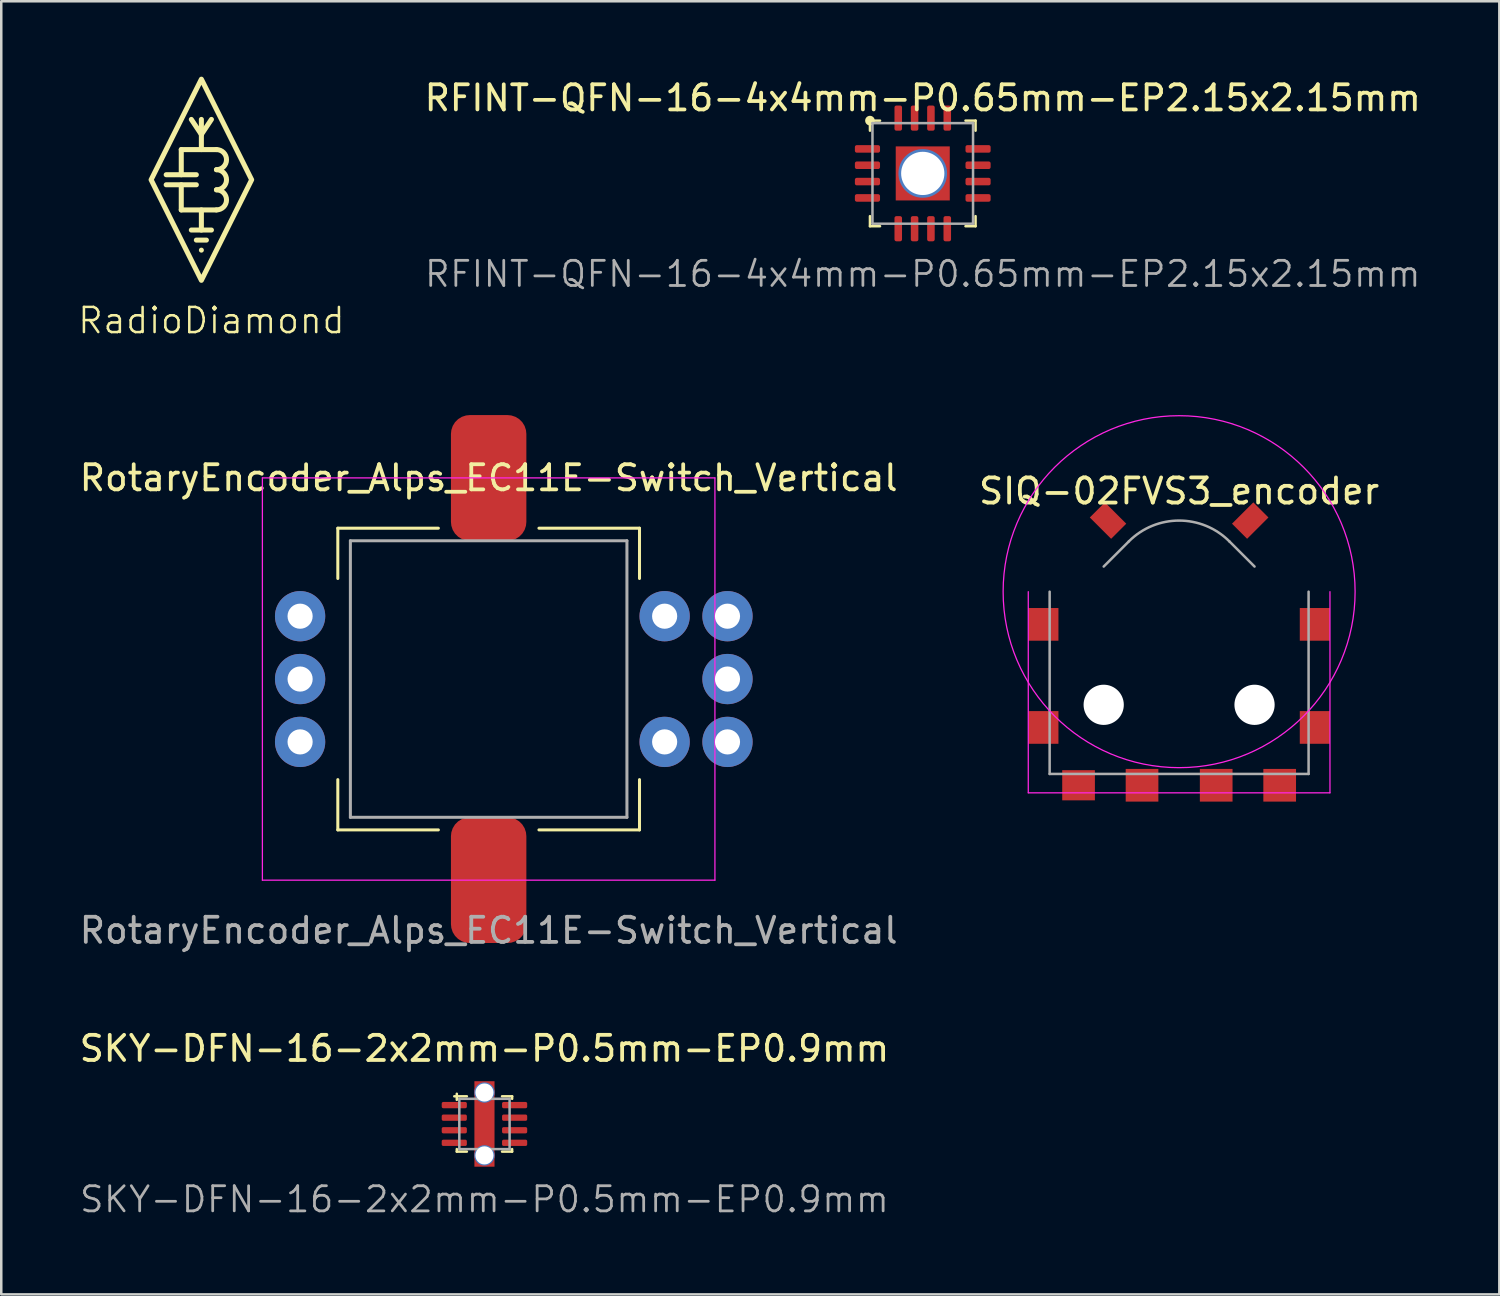
<source format=kicad_pcb>
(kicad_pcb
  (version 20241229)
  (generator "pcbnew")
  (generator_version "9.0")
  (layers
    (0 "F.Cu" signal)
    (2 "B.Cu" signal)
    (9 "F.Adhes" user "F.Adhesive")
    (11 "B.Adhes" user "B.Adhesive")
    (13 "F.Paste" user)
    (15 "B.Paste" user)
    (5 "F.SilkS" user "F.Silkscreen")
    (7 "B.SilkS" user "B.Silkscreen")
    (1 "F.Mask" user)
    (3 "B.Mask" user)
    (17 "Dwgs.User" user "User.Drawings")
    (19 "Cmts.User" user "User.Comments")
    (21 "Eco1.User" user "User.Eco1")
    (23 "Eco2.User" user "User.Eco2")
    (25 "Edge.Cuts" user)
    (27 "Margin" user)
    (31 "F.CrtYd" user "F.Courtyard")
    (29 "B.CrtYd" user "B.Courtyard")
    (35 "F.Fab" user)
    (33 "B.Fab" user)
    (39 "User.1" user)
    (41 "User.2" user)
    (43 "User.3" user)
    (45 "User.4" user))
  (footprint "RadioDiamond"
    (layer "F.Cu")
    (at 4.96 4.1)
    (property "Reference" "RadioDiamond" (at 0.4 5.6 0) (unlocked yes) (layer "F.SilkS") (effects (font (size 1 1) (thickness 0.1))))
    (attr smd)
    (fp_line (start -1.4 -0.2) (end -0.2 -0.2) (stroke (width 0.2) (type solid) (color 68 68 68 1)) (layer "F.SilkS"))
    (fp_line (start -1.4 0.2) (end -0.2 0.2) (stroke (width 0.2) (type solid) (color 68 68 68 1)) (layer "F.SilkS"))
    (fp_line (start -0.8 -1.2) (end 0.6 -1.2) (stroke (width 0.2) (type solid) (color 68 68 68 1)) (layer "F.SilkS"))
    (fp_line (start -0.8 -0.2) (end -0.8 -1.2) (stroke (width 0.2) (type solid) (color 68 68 68 1)) (layer "F.SilkS"))
    (fp_line (start -0.8 1.2) (end -0.8 0.2) (stroke (width 0.2) (type solid) (color 68 68 68 1)) (layer "F.SilkS"))
    (fp_line (start -0.4 2) (end 0.4 2) (stroke (width 0.2) (type solid) (color 68 68 68 1)) (layer "F.SilkS"))
    (fp_line (start -0.2 2.4) (end 0.2 2.4) (stroke (width 0.2) (type solid) (color 68 68 68 1)) (layer "F.SilkS"))
    (fp_line (start 0 -1.8) (end -0.4 -2.4) (stroke (width 0.2) (type solid) (color 68 68 68 1)) (layer "F.SilkS"))
    (fp_line (start 0 -1.8) (end 0.4 -2.4) (stroke (width 0.2) (type solid) (color 68 68 68 1)) (layer "F.SilkS"))
    (fp_line (start 0 -1.2) (end 0 -2.4) (stroke (width 0.2) (type solid) (color 68 68 68 1)) (layer "F.SilkS"))
    (fp_line (start 0 1.2) (end 0 2) (stroke (width 0.2) (type solid) (color 68 68 68 1)) (layer "F.SilkS"))
    (fp_line (start 0 2.8) (end 0 2.8) (stroke (width 0.2) (type solid) (color 68 68 68 1)) (layer "F.SilkS"))
    (fp_line (start 0.6 1.2) (end -0.8 1.2) (stroke (width 0.2) (type solid) (color 68 68 68 1)) (layer "F.SilkS"))
    (fp_arc (start 0.6 -1.2) (mid 1 -0.8) (end 0.6 -0.4) (stroke (width 0.2) (type solid)) (layer "F.SilkS"))
    (fp_arc (start 0.6 -0.4) (mid 1 0) (end 0.6 0.4) (stroke (width 0.2) (type solid)) (layer "F.SilkS"))
    (fp_arc (start 0.6 0.4) (mid 1 0.8) (end 0.6 1.2) (stroke (width 0.2) (type solid)) (layer "F.SilkS"))
    (fp_poly (pts (xy 2 0) (xy 0 4) (xy -2 0) (xy 0 -4)) (stroke (width 0.2) (type solid) (color 68 68 68 1)) (fill no) (layer "F.SilkS")))
  (footprint "SKY-DFN-16-2x2mm-P0.5mm-EP0.9mm"
    (layer "F.Cu")
    (at 16.22 41.657)
    (property "Reference" "SKY-DFN-16-2x2mm-P0.5mm-EP0.9mm" (at 0 -3 0) (layer "F.SilkS") (effects (font (size 1 1) (thickness 0.15))))
    (attr smd)
    (fp_line (start -1.2 -1.1) (end -0.7 -1.1) (stroke (width 0.1) (type solid)) (layer "F.SilkS"))
    (fp_line (start -1.1 -1.2) (end -1.1 -0.959) (stroke (width 0.1) (type solid)) (layer "F.SilkS"))
    (fp_line (start -1.1 1.1) (end -1.1 1) (stroke (width 0.1) (type solid)) (layer "F.SilkS"))
    (fp_line (start -1.1 1.1) (end -0.7 1.1) (stroke (width 0.1) (type solid)) (layer "F.SilkS"))
    (fp_line (start 1.1 -1.1) (end 0.7 -1.1) (stroke (width 0.1) (type solid)) (layer "F.SilkS"))
    (fp_line (start 1.1 -1.1) (end 1.1 -1) (stroke (width 0.1) (type solid)) (layer "F.SilkS"))
    (fp_line (start 1.1 1.1) (end 0.7 1.1) (stroke (width 0.1) (type solid)) (layer "F.SilkS"))
    (fp_line (start 1.1 1.1) (end 1.1 1) (stroke (width 0.1) (type solid)) (layer "F.SilkS"))
    (fp_line (start -1 -1) (end 1 -1) (stroke (width 0.1) (type solid)) (layer "F.Fab"))
    (fp_line (start -1 1) (end -1 -1) (stroke (width 0.1) (type solid)) (layer "F.Fab"))
    (fp_line (start 1 -1) (end 1 1) (stroke (width 0.1) (type solid)) (layer "F.Fab"))
    (fp_line (start 1 1) (end -1 1) (stroke (width 0.1) (type solid)) (layer "F.Fab"))
    (fp_text user "${REFERENCE}" (at 0 3 0) (layer "F.Fab") (effects (font (size 1 1) (thickness 0.11))))
    (pad "" smd roundrect (at -0.338 -0.338) (size 0.18 0.18) (layers "F.Paste") (roundrect_rratio 0.25))
    (pad "" smd roundrect (at -0.338 -0.113) (size 0.18 0.18) (layers "F.Paste") (roundrect_rratio 0.25))
    (pad "" smd roundrect (at -0.338 0.113) (size 0.18 0.18) (layers "F.Paste") (roundrect_rratio 0.25))
    (pad "" smd roundrect (at -0.338 0.338) (size 0.18 0.18) (layers "F.Paste") (roundrect_rratio 0.25))
    (pad "" smd roundrect (at -0.113 -0.338) (size 0.18 0.18) (layers "F.Paste") (roundrect_rratio 0.25))
    (pad "" smd roundrect (at -0.113 0.338) (size 0.18 0.18) (layers "F.Paste") (roundrect_rratio 0.25))
    (pad "" smd roundrect (at 0.113 -0.338) (size 0.18 0.18) (layers "F.Paste") (roundrect_rratio 0.25))
    (pad "" smd roundrect (at 0.113 0.338) (size 0.18 0.18) (layers "F.Paste") (roundrect_rratio 0.25))
    (pad "" smd roundrect (at 0.338 -0.338) (size 0.18 0.18) (layers "F.Paste") (roundrect_rratio 0.25))
    (pad "" smd roundrect (at 0.338 -0.113) (size 0.18 0.18) (layers "F.Paste") (roundrect_rratio 0.25))
    (pad "" smd roundrect (at 0.338 0.113) (size 0.18 0.18) (layers "F.Paste") (roundrect_rratio 0.25))
    (pad "" smd roundrect (at 0.338 0.338) (size 0.18 0.18) (layers "F.Paste") (roundrect_rratio 0.25))
    (pad "1" smd roundrect (at -1.2 -0.75) (size 1 0.25) (layers "F.Cu" "F.Mask" "F.Paste") (roundrect_rratio 0.25))
    (pad "2" smd roundrect (at -1.2 -0.25) (size 1 0.25) (layers "F.Cu" "F.Mask" "F.Paste") (roundrect_rratio 0.25))
    (pad "3" smd roundrect (at -1.2 0.25) (size 1 0.25) (layers "F.Cu" "F.Mask" "F.Paste") (roundrect_rratio 0.25))
    (pad "4" smd roundrect (at -1.2 0.75) (size 1 0.25) (layers "F.Cu" "F.Mask" "F.Paste") (roundrect_rratio 0.25))
    (pad "5" smd roundrect (at 1.2 0.75) (size 1 0.25) (layers "F.Cu" "F.Mask" "F.Paste") (roundrect_rratio 0.25))
    (pad "6" smd roundrect (at 1.2 0.25) (size 1 0.25) (layers "F.Cu" "F.Mask" "F.Paste") (roundrect_rratio 0.25))
    (pad "7" smd roundrect (at 1.2 -0.25) (size 1 0.25) (layers "F.Cu" "F.Mask" "F.Paste") (roundrect_rratio 0.25))
    (pad "8" smd roundrect (at 1.2 -0.75) (size 1 0.25) (layers "F.Cu" "F.Mask" "F.Paste") (roundrect_rratio 0.25))
    (pad "9" smd rect (at 0 0) (size 0.8 3.4) (layers "F.Cu" "F.Mask"))
    (pad "17" thru_hole oval (at 0 -1.25) (size 0.81 0.81) (drill 0.72) (layers "*.Cu" "*.Mask"))
    (pad "17" thru_hole oval (at 0 1.25) (size 0.81 0.81) (drill 0.72) (layers "*.Cu" "*.Mask")))
  (footprint "SIQ-02FVS3_encoder"
    (layer "F.Cu")
    (at 43.851 20.485)
    (property "Reference" "SIQ-02FVS3_encoder" (at 0 -4 0) (layer "F.SilkS") (effects (font (size 1 1) (thickness 0.15))))
    (attr smd)
    (fp_line (start -6 0) (end -6 8) (stroke (width 0.05) (type solid)) (layer "F.CrtYd"))
    (fp_line (start -6 8) (end 6 8) (stroke (width 0.05) (type solid)) (layer "F.CrtYd"))
    (fp_line (start 6 8) (end 6 0) (stroke (width 0.05) (type solid)) (layer "F.CrtYd"))
    (fp_circle (center 0 0) (end 7 0) (stroke (width 0.05) (type default)) (fill no) (layer "F.CrtYd"))
    (fp_line (start -5.15 7.25) (end -5.15 0) (stroke (width 0.1) (type solid)) (layer "F.Fab"))
    (fp_line (start -5.15 7.25) (end 5.15 7.25) (stroke (width 0.1) (type solid)) (layer "F.Fab"))
    (fp_line (start -3 -1) (end -2 -2) (stroke (width 0.1) (type solid)) (layer "F.Fab"))
    (fp_line (start 3 -1) (end 2 -2) (stroke (width 0.1) (type solid)) (layer "F.Fab"))
    (fp_line (start 5.15 7.25) (end 5.15 0) (stroke (width 0.1) (type solid)) (layer "F.Fab"))
    (fp_arc (start -2 -2) (mid 0 -2.828427) (end 2 -2) (stroke (width 0.1) (type solid)) (layer "F.Fab"))
    (pad "" np_thru_hole circle (at -3 4.5) (size 1.6 1.6) (drill 1.6) (layers "*.Cu" "*.Mask"))
    (pad "" np_thru_hole circle (at 3 4.5) (size 1.6 1.6) (drill 1.6) (layers "*.Cu" "*.Mask"))
    (pad "A" smd rect (at -4 7.7) (size 1.3 1.2) (layers "F.Cu" "F.Mask" "F.Paste"))
    (pad "B" smd rect (at 4 7.7) (size 1.3 1.3) (layers "F.Cu" "F.Mask" "F.Paste"))
    (pad "C" smd rect (at 1.475 7.7) (size 1.3 1.3) (layers "F.Cu" "F.Mask" "F.Paste"))
    (pad "MP" smd rect (at -5.4 1.3) (size 1.2 1.3) (layers "F.Cu" "F.Mask" "F.Paste"))
    (pad "MP" smd rect (at -5.4 5.4) (size 1.2 1.3) (layers "F.Cu" "F.Mask" "F.Paste"))
    (pad "MP" smd rect (at -2.828 -2.828 45) (size 0.85 1.2) (layers "F.Cu" "F.Mask" "F.Paste"))
    (pad "MP" smd rect (at 2.828 -2.828 315) (size 0.85 1.2) (layers "F.Cu" "F.Mask" "F.Paste"))
    (pad "MP" smd rect (at 5.4 1.3) (size 1.2 1.3) (layers "F.Cu" "F.Mask" "F.Paste"))
    (pad "MP" smd rect (at 5.4 5.4) (size 1.2 1.3) (layers "F.Cu" "F.Mask" "F.Paste"))
    (pad "S" smd rect (at -1.475 7.7) (size 1.3 1.3) (layers "F.Cu" "F.Mask" "F.Paste")))
  (footprint "RotaryEncoder_Alps_EC11E-Switch_Vertical"
    (layer "F.Cu")
    (at 16.387 23.96)
    (property "Reference" "RotaryEncoder_Alps_EC11E-Switch_Vertical" (at 0 -8 0) (layer "F.SilkS") (effects (font (size 1 1) (thickness 0.15))))
    (attr through_hole)
    (fp_line (start -6 -6) (end -6 -4) (stroke (width 0.12) (type solid)) (layer "F.SilkS"))
    (fp_line (start -6 -6) (end -2 -6) (stroke (width 0.12) (type solid)) (layer "F.SilkS"))
    (fp_line (start -6 4) (end -6 6) (stroke (width 0.12) (type solid)) (layer "F.SilkS"))
    (fp_line (start -6 6) (end -2 6) (stroke (width 0.12) (type solid)) (layer "F.SilkS"))
    (fp_line (start 2 -6) (end 6 -6) (stroke (width 0.12) (type solid)) (layer "F.SilkS"))
    (fp_line (start 2 6) (end 6 6) (stroke (width 0.12) (type solid)) (layer "F.SilkS"))
    (fp_line (start 6 -6) (end 6 -4) (stroke (width 0.12) (type solid)) (layer "F.SilkS"))
    (fp_line (start 6 4) (end 6 6) (stroke (width 0.12) (type solid)) (layer "F.SilkS"))
    (fp_line (start -9 -8) (end 9 -8) (stroke (width 0.05) (type solid)) (layer "F.CrtYd"))
    (fp_line (start -9 8) (end -9 -8) (stroke (width 0.05) (type solid)) (layer "F.CrtYd"))
    (fp_line (start 9 -8) (end 9 8) (stroke (width 0.05) (type solid)) (layer "F.CrtYd"))
    (fp_line (start 9 8) (end -9 8) (stroke (width 0.05) (type solid)) (layer "F.CrtYd"))
    (fp_line (start -5.5 -5.5) (end 5.5 -5.5) (stroke (width 0.12) (type solid)) (layer "F.Fab"))
    (fp_line (start -5.5 5.5) (end -5.5 -5.5) (stroke (width 0.12) (type solid)) (layer "F.Fab"))
    (fp_line (start 5.5 -5.5) (end 5.5 5.5) (stroke (width 0.12) (type solid)) (layer "F.Fab"))
    (fp_line (start 5.5 5.5) (end -5.5 5.5) (stroke (width 0.12) (type solid)) (layer "F.Fab"))
    (fp_text user "${REFERENCE}" (at 0 10 0) (layer "F.Fab") (effects (font (size 1 1) (thickness 0.15))))
    (pad "A" thru_hole circle (at -7.5 -2.5) (size 2 2) (drill 1) (layers "*.Cu" "*.Mask"))
    (pad "A1" thru_hole circle (at 9.5 -2.5) (size 2 2) (drill 1) (layers "*.Cu" "*.Mask"))
    (pad "B" thru_hole circle (at -7.5 2.5) (size 2 2) (drill 1) (layers "*.Cu" "*.Mask"))
    (pad "B1" thru_hole circle (at 9.5 2.5) (size 2 2) (drill 1) (layers "*.Cu" "*.Mask"))
    (pad "C" thru_hole circle (at -7.5 0) (size 2 2) (drill 1) (layers "*.Cu" "*.Mask"))
    (pad "C1" thru_hole circle (at 9.5 0) (size 2 2) (drill 1) (layers "*.Cu" "*.Mask"))
    (pad "D" thru_hole circle (at 7 -2.5) (size 2 2) (drill 1) (layers "*.Cu" "*.Mask"))
    (pad "E" thru_hole circle (at 7 2.5) (size 2 2) (drill 1) (layers "*.Cu" "*.Mask"))
    (pad "MP" smd roundrect (at 0 -8) (size 3 5) (layers "F.Cu" "F.Mask") (roundrect_rratio 0.25))
    (pad "MP" smd roundrect (at 0 8) (size 3 5) (layers "F.Cu" "F.Mask") (roundrect_rratio 0.25)))
  (footprint "RFINT-QFN-16-4x4mm-P0.65mm-EP2.15x2.15mm"
    (layer "F.Cu")
    (at 33.654 3.848)
    (property "Reference" "RFINT-QFN-16-4x4mm-P0.65mm-EP2.15x2.15mm" (at 0 -3 0) (layer "F.SilkS") (effects (font (size 1 1) (thickness 0.15))))
    (attr smd)
    (fp_line (start -2.1 -2.1) (end -2.1 -1.7) (stroke (width 0.1) (type solid)) (layer "F.SilkS"))
    (fp_line (start -2.1 -2.1) (end -1.7 -2.1) (stroke (width 0.1) (type solid)) (layer "F.SilkS"))
    (fp_line (start -2.1 2.1) (end -2.1 1.7) (stroke (width 0.1) (type solid)) (layer "F.SilkS"))
    (fp_line (start -2.1 2.1) (end -1.7 2.1) (stroke (width 0.1) (type solid)) (layer "F.SilkS"))
    (fp_line (start 2.1 -2.1) (end 1.7 -2.1) (stroke (width 0.1) (type solid)) (layer "F.SilkS"))
    (fp_line (start 2.1 -2.1) (end 2.1 -1.7) (stroke (width 0.1) (type solid)) (layer "F.SilkS"))
    (fp_line (start 2.1 2.1) (end 1.7 2.1) (stroke (width 0.1) (type solid)) (layer "F.SilkS"))
    (fp_line (start 2.1 2.1) (end 2.1 1.7) (stroke (width 0.1) (type solid)) (layer "F.SilkS"))
    (fp_circle (center -2.1 -2.1) (end -2 -2) (stroke (width 0.1) (type default)) (fill yes) (layer "F.SilkS"))
    (fp_line (start -2 -2) (end 2 -2) (stroke (width 0.1) (type solid)) (layer "F.Fab"))
    (fp_line (start -2 2) (end -2 -2) (stroke (width 0.1) (type solid)) (layer "F.Fab"))
    (fp_line (start 2 -2) (end 2 2) (stroke (width 0.1) (type solid)) (layer "F.Fab"))
    (fp_line (start 2 2) (end -2 2) (stroke (width 0.1) (type solid)) (layer "F.Fab"))
    (fp_text user "${REFERENCE}" (at 0 4 0) (layer "F.Fab") (effects (font (size 1 1) (thickness 0.11))))
    (pad "" smd roundrect (at -0.806 -0.806) (size 0.43 0.43) (layers "F.Paste") (roundrect_rratio 0.25))
    (pad "" smd roundrect (at -0.806 -0.269) (size 0.43 0.43) (layers "F.Paste") (roundrect_rratio 0.25))
    (pad "" smd roundrect (at -0.806 0.269) (size 0.43 0.43) (layers "F.Paste") (roundrect_rratio 0.25))
    (pad "" smd roundrect (at -0.806 0.806) (size 0.43 0.43) (layers "F.Paste") (roundrect_rratio 0.25))
    (pad "" smd roundrect (at -0.269 -0.806) (size 0.43 0.43) (layers "F.Paste") (roundrect_rratio 0.25))
    (pad "" smd roundrect (at -0.269 0.806) (size 0.43 0.43) (layers "F.Paste") (roundrect_rratio 0.25))
    (pad "" smd roundrect (at 0.269 -0.806) (size 0.43 0.43) (layers "F.Paste") (roundrect_rratio 0.25))
    (pad "" smd roundrect (at 0.269 0.806) (size 0.43 0.43) (layers "F.Paste") (roundrect_rratio 0.25))
    (pad "" smd roundrect (at 0.806 -0.806) (size 0.43 0.43) (layers "F.Paste") (roundrect_rratio 0.25))
    (pad "" smd roundrect (at 0.806 -0.269) (size 0.43 0.43) (layers "F.Paste") (roundrect_rratio 0.25))
    (pad "" smd roundrect (at 0.806 0.269) (size 0.43 0.43) (layers "F.Paste") (roundrect_rratio 0.25))
    (pad "" smd roundrect (at 0.806 0.806) (size 0.43 0.43) (layers "F.Paste") (roundrect_rratio 0.25))
    (pad "1" smd roundrect (at -2.2 -0.975) (size 1 0.3) (layers "F.Cu" "F.Mask" "F.Paste") (roundrect_rratio 0.25))
    (pad "2" smd roundrect (at -2.2 -0.325) (size 1 0.3) (layers "F.Cu" "F.Mask" "F.Paste") (roundrect_rratio 0.25))
    (pad "3" smd roundrect (at -2.2 0.325) (size 1 0.3) (layers "F.Cu" "F.Mask" "F.Paste") (roundrect_rratio 0.25))
    (pad "4" smd roundrect (at -2.2 0.975) (size 1 0.3) (layers "F.Cu" "F.Mask" "F.Paste") (roundrect_rratio 0.25))
    (pad "5" smd roundrect (at -0.975 2.2) (size 0.3 1) (layers "F.Cu" "F.Mask" "F.Paste") (roundrect_rratio 0.25))
    (pad "6" smd roundrect (at -0.325 2.2) (size 0.3 1) (layers "F.Cu" "F.Mask" "F.Paste") (roundrect_rratio 0.25))
    (pad "7" smd roundrect (at 0.325 2.2) (size 0.3 1) (layers "F.Cu" "F.Mask" "F.Paste") (roundrect_rratio 0.25))
    (pad "8" smd roundrect (at 0.975 2.2) (size 0.3 1) (layers "F.Cu" "F.Mask" "F.Paste") (roundrect_rratio 0.25))
    (pad "9" smd roundrect (at 2.2 0.975) (size 1 0.3) (layers "F.Cu" "F.Mask" "F.Paste") (roundrect_rratio 0.25))
    (pad "10" smd roundrect (at 2.2 0.325) (size 1 0.3) (layers "F.Cu" "F.Mask" "F.Paste") (roundrect_rratio 0.25))
    (pad "11" smd roundrect (at 2.2 -0.325) (size 1 0.3) (layers "F.Cu" "F.Mask" "F.Paste") (roundrect_rratio 0.25))
    (pad "12" smd roundrect (at 2.2 -0.975) (size 1 0.3) (layers "F.Cu" "F.Mask" "F.Paste") (roundrect_rratio 0.25))
    (pad "13" smd roundrect (at 0.975 -2.2) (size 0.3 1) (layers "F.Cu" "F.Mask" "F.Paste") (roundrect_rratio 0.25))
    (pad "14" smd roundrect (at 0.325 -2.2) (size 0.3 1) (layers "F.Cu" "F.Mask" "F.Paste") (roundrect_rratio 0.25))
    (pad "15" smd roundrect (at -0.325 -2.2) (size 0.3 1) (layers "F.Cu" "F.Mask" "F.Paste") (roundrect_rratio 0.25))
    (pad "16" smd roundrect (at -0.975 -2.2) (size 0.3 1) (layers "F.Cu" "F.Mask" "F.Paste") (roundrect_rratio 0.25))
    (pad "17" thru_hole oval (at 0 0) (size 1.935 1.935) (drill 1.72) (layers "*.Cu" "*.Mask"))
    (pad "17" smd rect (at 0 0) (size 2.15 2.15) (layers "F.Cu" "F.Mask")))
  (gr_rect
    (start -3 -3)
    (end 56.588 48.435)
    (stroke (width 0.1) (type default))
    (fill no)
    (layer "Edge.Cuts")))
</source>
